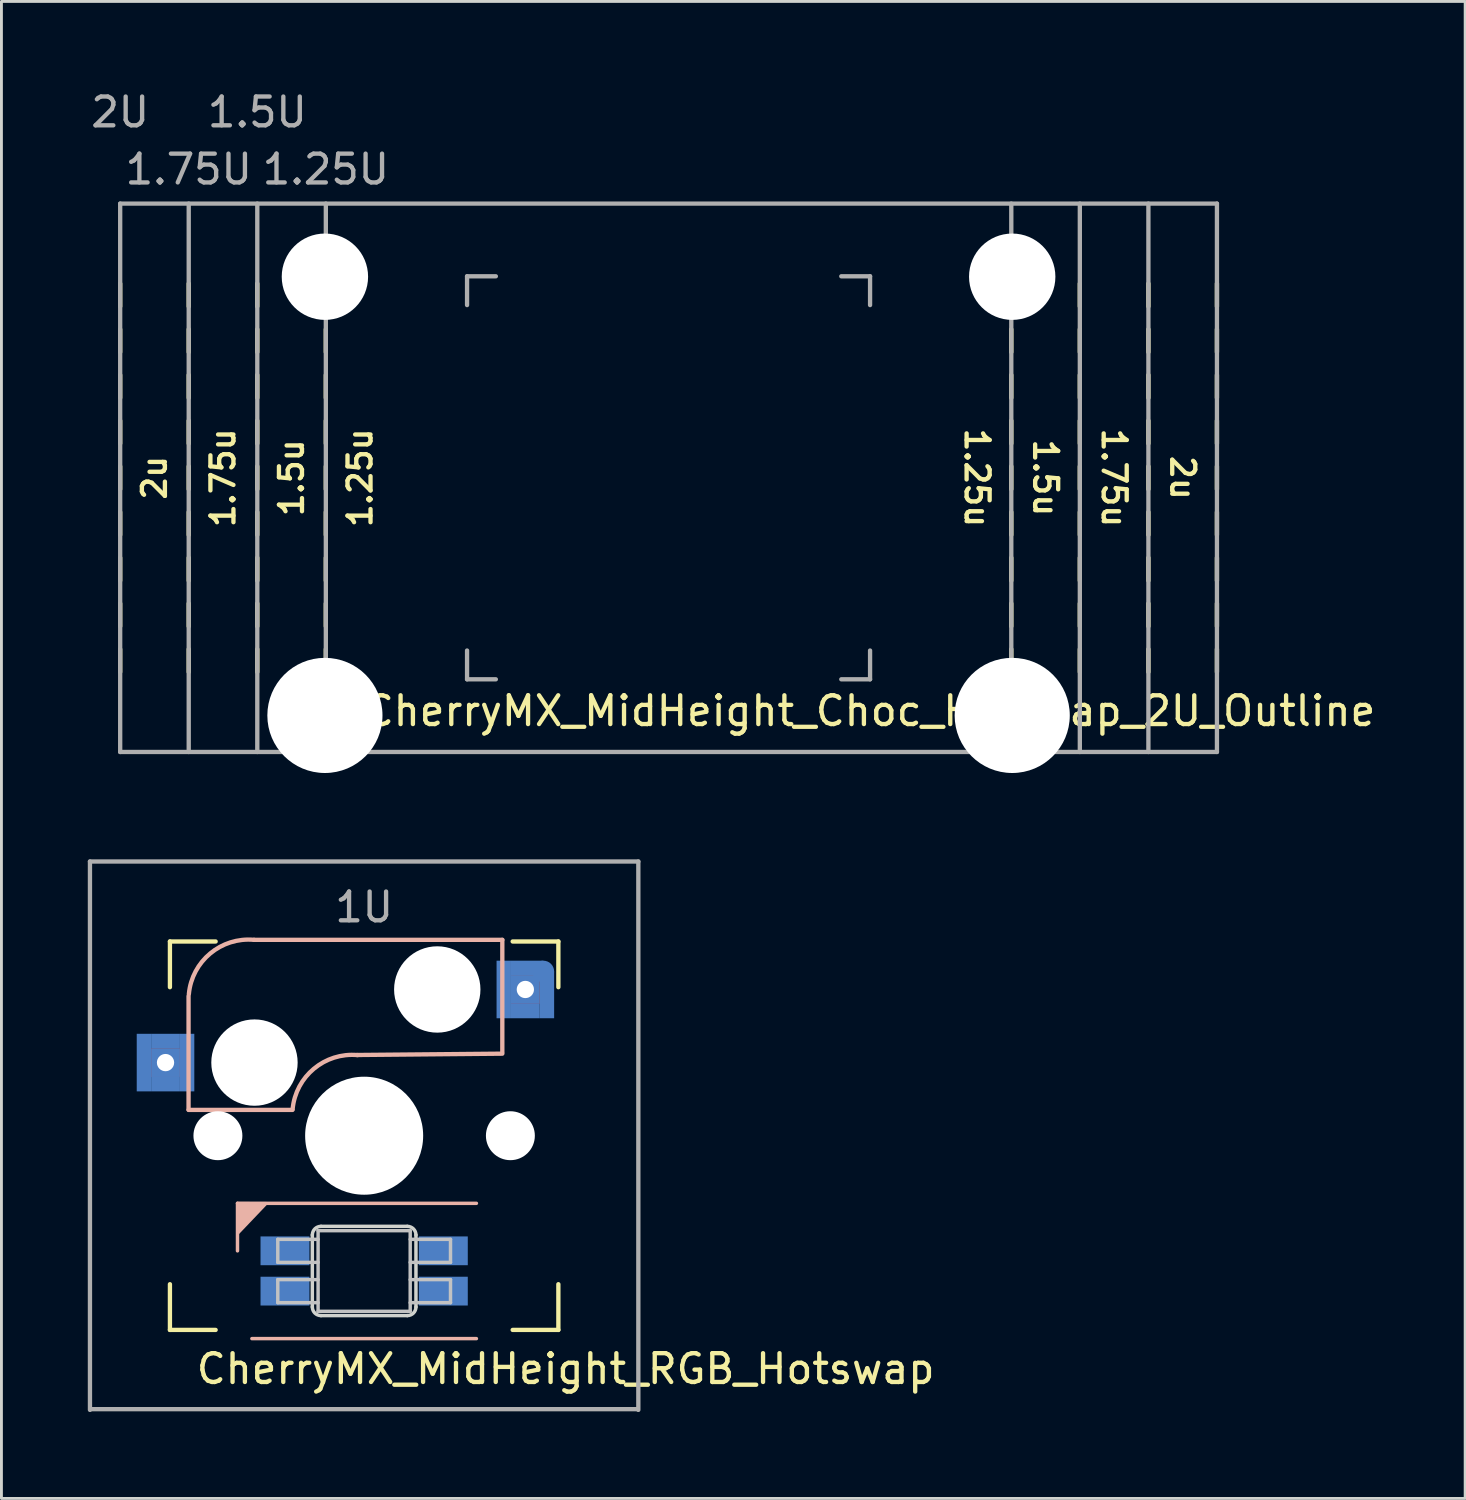
<source format=kicad_pcb>
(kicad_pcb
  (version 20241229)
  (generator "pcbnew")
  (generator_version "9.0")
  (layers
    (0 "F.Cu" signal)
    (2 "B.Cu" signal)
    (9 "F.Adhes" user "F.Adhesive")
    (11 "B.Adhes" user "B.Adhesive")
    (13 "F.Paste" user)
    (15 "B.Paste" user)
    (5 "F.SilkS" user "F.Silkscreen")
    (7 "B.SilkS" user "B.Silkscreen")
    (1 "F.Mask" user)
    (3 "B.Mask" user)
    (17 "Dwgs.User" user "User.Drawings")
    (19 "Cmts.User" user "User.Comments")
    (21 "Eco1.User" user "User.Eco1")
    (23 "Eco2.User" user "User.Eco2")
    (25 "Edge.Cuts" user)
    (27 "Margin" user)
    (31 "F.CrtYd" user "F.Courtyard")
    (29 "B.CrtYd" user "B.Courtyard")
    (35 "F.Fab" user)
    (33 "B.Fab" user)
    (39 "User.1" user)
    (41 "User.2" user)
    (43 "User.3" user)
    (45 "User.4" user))
  (footprint "CherryMX_MidHeight_RGB_Hotswap"
    (layer "F.Cu")
    (at 9.6 36.403)
    (property "Reference" "CherryMX_MidHeight_RGB_Hotswap" (at 7 8.1 0) (layer "F.SilkS") (effects (font (size 1 1) (thickness 0.15))))
    (attr through_hole)
    (fp_line (start -6.747 -6.747) (end -5.159 -6.747) (stroke (width 0.15) (type solid)) (layer "F.SilkS"))
    (fp_line (start -6.747 -5.159) (end -6.747 -6.747) (stroke (width 0.15) (type solid)) (layer "F.SilkS"))
    (fp_line (start -6.747 6.747) (end -6.747 5.159) (stroke (width 0.15) (type solid)) (layer "F.SilkS"))
    (fp_line (start -5.159 6.747) (end -6.747 6.747) (stroke (width 0.15) (type solid)) (layer "F.SilkS"))
    (fp_line (start 5.159 -6.747) (end 6.747 -6.747) (stroke (width 0.15) (type solid)) (layer "F.SilkS"))
    (fp_line (start 6.747 -6.747) (end 6.747 -5.159) (stroke (width 0.15) (type solid)) (layer "F.SilkS"))
    (fp_line (start 6.747 5.159) (end 6.747 6.747) (stroke (width 0.15) (type solid)) (layer "F.SilkS"))
    (fp_line (start 6.747 6.747) (end 5.159 6.747) (stroke (width 0.15) (type solid)) (layer "F.SilkS"))
    (fp_line (start -6.1 -4.85) (end -6.1 -0.905) (stroke (width 0.15) (type solid)) (layer "B.SilkS"))
    (fp_line (start -6.1 -0.896) (end -2.49 -0.896) (stroke (width 0.15) (type solid)) (layer "B.SilkS"))
    (fp_line (start -4.4 2.349) (end -4.4 4) (stroke (width 0.12) (type solid)) (layer "B.SilkS"))
    (fp_line (start 3.9 2.349) (end -4.4 2.349) (stroke (width 0.12) (type solid)) (layer "B.SilkS"))
    (fp_line (start 3.9 7.049) (end -3.9 7.049) (stroke (width 0.12) (type solid)) (layer "B.SilkS"))
    (fp_line (start 4.8 -6.804) (end -3.825 -6.804) (stroke (width 0.15) (type solid)) (layer "B.SilkS"))
    (fp_line (start 4.8 -2.896) (end 4.8 -6.804) (stroke (width 0.15) (type solid)) (layer "B.SilkS"))
    (fp_line (start 4.8 -2.85) (end -0.25 -2.804) (stroke (width 0.15) (type solid)) (layer "B.SilkS"))
    (fp_arc (start -6.089 -4.92) (mid -5.347189 -6.33089) (end -3.825 -6.804) (stroke (width 0.15) (type solid)) (layer "B.SilkS"))
    (fp_arc (start -2.485 -0.92) (mid -1.744361 -2.328061) (end -0.225 -2.8) (stroke (width 0.15) (type solid)) (layer "B.SilkS"))
    (fp_poly (pts (xy -3.4 2.35) (xy -4.4 3.4) (xy -4.4 2.349)) (stroke (width 0.1) (type solid)) (fill yes) (layer "B.SilkS"))
    (fp_line (start -3 3.6) (end -3 4.4) (stroke (width 0.12) (type solid)) (layer "Dwgs.User"))
    (fp_line (start -3 4.4) (end -1.6 4.4) (stroke (width 0.12) (type solid)) (layer "Dwgs.User"))
    (fp_line (start -3 5) (end -3 5.8) (stroke (width 0.12) (type solid)) (layer "Dwgs.User"))
    (fp_line (start -3 5.8) (end -1.6 5.8) (stroke (width 0.12) (type solid)) (layer "Dwgs.User"))
    (fp_line (start -1.6 3.3) (end 1.6 3.3) (stroke (width 0.12) (type solid)) (layer "Dwgs.User"))
    (fp_line (start -1.6 3.6) (end -3 3.6) (stroke (width 0.12) (type solid)) (layer "Dwgs.User"))
    (fp_line (start -1.6 5) (end -3 5) (stroke (width 0.12) (type solid)) (layer "Dwgs.User"))
    (fp_line (start -1.6 6.1) (end -1.6 3.3) (stroke (width 0.12) (type solid)) (layer "Dwgs.User"))
    (fp_line (start 1.6 3.3) (end 1.6 6.1) (stroke (width 0.12) (type solid)) (layer "Dwgs.User"))
    (fp_line (start 1.6 3.6) (end 3 3.6) (stroke (width 0.12) (type solid)) (layer "Dwgs.User"))
    (fp_line (start 1.6 5) (end 3 5) (stroke (width 0.12) (type solid)) (layer "Dwgs.User"))
    (fp_line (start 1.6 6.1) (end -1.6 6.1) (stroke (width 0.12) (type solid)) (layer "Dwgs.User"))
    (fp_line (start 3 3.6) (end 3 4.4) (stroke (width 0.12) (type solid)) (layer "Dwgs.User"))
    (fp_line (start 3 4.4) (end 1.6 4.4) (stroke (width 0.12) (type solid)) (layer "Dwgs.User"))
    (fp_line (start 3 5) (end 3 5.8) (stroke (width 0.12) (type solid)) (layer "Dwgs.User"))
    (fp_line (start 3 5.8) (end 1.6 5.8) (stroke (width 0.12) (type solid)) (layer "Dwgs.User"))
    (fp_line (start -1.8 5.949) (end -1.8 3.449) (stroke (width 0.12) (type solid)) (layer "Edge.Cuts"))
    (fp_line (start -1.5 3.149) (end 1.5 3.149) (stroke (width 0.12) (type solid)) (layer "Edge.Cuts"))
    (fp_line (start 1.5 6.249) (end -1.5 6.249) (stroke (width 0.12) (type solid)) (layer "Edge.Cuts"))
    (fp_line (start 1.8 3.449) (end 1.8 5.949) (stroke (width 0.12) (type solid)) (layer "Edge.Cuts"))
    (fp_arc (start -1.8 3.449) (mid -1.712132 3.236868) (end -1.5 3.149) (stroke (width 0.12) (type solid)) (layer "Edge.Cuts"))
    (fp_arc (start -1.5 6.249) (mid -1.712132 6.161132) (end -1.8 5.949) (stroke (width 0.12) (type solid)) (layer "Edge.Cuts"))
    (fp_arc (start 1.5 3.149) (mid 1.712132 3.236868) (end 1.8 3.449) (stroke (width 0.12) (type solid)) (layer "Edge.Cuts"))
    (fp_arc (start 1.8 5.949) (mid 1.712132 6.161132) (end 1.5 6.249) (stroke (width 0.12) (type solid)) (layer "Edge.Cuts"))
    (fp_line (start -9.525 -9.525) (end 9.525 -9.525) (stroke (width 0.15) (type solid)) (layer "F.Fab"))
    (fp_line (start -9.525 9.525) (end -9.525 -9.525) (stroke (width 0.15) (type solid)) (layer "F.Fab"))
    (fp_line (start 9.5 9.5) (end -9.5 9.5) (stroke (width 0.15) (type solid)) (layer "F.Fab"))
    (fp_line (start 9.525 -9.525) (end 9.525 9.525) (stroke (width 0.15) (type solid)) (layer "F.Fab"))
    (fp_text user "1U" (at 0 -7.938 0) (layer "F.Fab") (effects (font (size 1 1) (thickness 0.15))))
    (pad "" np_thru_hole circle (at -5.08 0) (size 1.7 1.7) (drill 1.7) (layers "*.Cu" "*.Mask"))
    (pad "" np_thru_hole circle (at -3.81 -2.54 180) (size 3 3) (drill 3) (layers "*.Cu" "*.Mask"))
    (pad "" np_thru_hole circle (at 0 0 90) (size 4.1 4.1) (drill 4.1) (layers "*.Cu" "*.Mask"))
    (pad "" np_thru_hole circle (at 2.54 -5.08 180) (size 3 3) (drill 3) (layers "*.Cu" "*.Mask"))
    (pad "" np_thru_hole circle (at 5.08 0) (size 1.7 1.7) (drill 1.7) (layers "*.Cu" "*.Mask"))
    (pad "1" smd rect (at 2.75 5.399) (size 1.7 1) (layers "B.Cu" "B.Mask" "B.Paste"))
    (pad "2" smd rect (at 2.75 3.999) (size 1.7 1) (layers "B.Cu" "B.Mask" "B.Paste"))
    (pad "3" smd rect (at -2.75 3.999) (size 1.7 1) (layers "B.Cu" "B.Mask" "B.Paste"))
    (pad "4" smd rect (at -2.75 5.399) (size 1.7 1) (layers "B.Cu" "B.Mask" "B.Paste"))
    (pad "5" smd rect (at -7.65 -2.54 180) (size 0.5 2) (layers "B.Cu" "B.Mask" "B.Paste"))
    (pad "5" smd rect (at -6.9 -3.29 180) (size 1 0.5) (layers "B.Cu" "B.Mask" "B.Paste"))
    (pad "5" thru_hole rect (at -6.9 -2.54) (size 1 1) (drill 0.6) (layers "*.Cu" "B.Mask"))
    (pad "5" smd rect (at -6.9 -1.79 180) (size 1 0.5) (layers "B.Cu" "B.Mask" "B.Paste"))
    (pad "5" smd rect (at -6.15 -2.54 180) (size 0.5 2) (layers "B.Cu" "B.Mask" "B.Paste"))
    (pad "6" smd rect (at 4.85 -5.08 180) (size 0.5 2) (layers "B.Cu" "B.Mask" "B.Paste"))
    (pad "6" thru_hole rect (at 5.6 -5.08) (size 1 1) (drill 0.6) (layers "*.Cu" "B.Mask"))
    (pad "6" smd rect (at 5.6 -4.33 180) (size 1 0.5) (layers "B.Cu" "B.Mask" "B.Paste"))
    (pad "6" smd rect (at 5.661 -5.83 180) (size 1.125 0.5) (layers "B.Cu" "B.Mask" "B.Paste"))
    (pad "6" smd circle (at 6.225 -5.705 180) (size 0.75 0.75) (layers "B.Cu" "B.Mask" "B.Paste"))
    (pad "6" smd rect (at 6.35 -4.893 180) (size 0.5 1.625) (layers "B.Cu" "B.Mask" "B.Paste")))
  (footprint "CherryMX_MidHeight_Choc_Hotswap_2U_Outline"
    (layer "F.Cu")
    (at 20.175 13.548)
    (property "Reference" "CherryMX_MidHeight_Choc_Hotswap_2U_Outline" (at 7 8.1 0) (layer "F.SilkS") (effects (font (size 1 1) (thickness 0.15))))
    (attr through_hole)
    (fp_line (start -19.05 -5.953) (end -19.05 -6.747) (stroke (width 0.15) (type solid)) (layer "F.SilkS"))
    (fp_line (start -19.05 -4.366) (end -19.05 -5.159) (stroke (width 0.15) (type solid)) (layer "F.SilkS"))
    (fp_line (start -19.05 -2.778) (end -19.05 -3.572) (stroke (width 0.15) (type solid)) (layer "F.SilkS"))
    (fp_line (start -19.05 -1.191) (end -19.05 -1.984) (stroke (width 0.15) (type solid)) (layer "F.SilkS"))
    (fp_line (start -19.05 -0.397) (end -19.05 0.397) (stroke (width 0.15) (type solid)) (layer "F.SilkS"))
    (fp_line (start -19.05 1.191) (end -19.05 1.984) (stroke (width 0.15) (type solid)) (layer "F.SilkS"))
    (fp_line (start -19.05 2.778) (end -19.05 3.572) (stroke (width 0.15) (type solid)) (layer "F.SilkS"))
    (fp_line (start -19.05 4.366) (end -19.05 5.159) (stroke (width 0.15) (type solid)) (layer "F.SilkS"))
    (fp_line (start -19.05 5.953) (end -19.05 6.747) (stroke (width 0.15) (type solid)) (layer "F.SilkS"))
    (fp_line (start -16.669 -5.953) (end -16.669 -6.747) (stroke (width 0.15) (type solid)) (layer "F.SilkS"))
    (fp_line (start -16.669 -4.366) (end -16.669 -5.159) (stroke (width 0.15) (type solid)) (layer "F.SilkS"))
    (fp_line (start -16.669 -2.778) (end -16.669 -3.572) (stroke (width 0.15) (type solid)) (layer "F.SilkS"))
    (fp_line (start -16.669 -1.191) (end -16.669 -1.984) (stroke (width 0.15) (type solid)) (layer "F.SilkS"))
    (fp_line (start -16.669 -0.397) (end -16.669 0.397) (stroke (width 0.15) (type solid)) (layer "F.SilkS"))
    (fp_line (start -16.669 1.191) (end -16.669 1.984) (stroke (width 0.15) (type solid)) (layer "F.SilkS"))
    (fp_line (start -16.669 2.778) (end -16.669 3.572) (stroke (width 0.15) (type solid)) (layer "F.SilkS"))
    (fp_line (start -16.669 4.366) (end -16.669 5.159) (stroke (width 0.15) (type solid)) (layer "F.SilkS"))
    (fp_line (start -16.669 5.953) (end -16.669 6.747) (stroke (width 0.15) (type solid)) (layer "F.SilkS"))
    (fp_line (start -14.287 -5.953) (end -14.287 -6.747) (stroke (width 0.15) (type solid)) (layer "F.SilkS"))
    (fp_line (start -14.287 -4.366) (end -14.287 -5.159) (stroke (width 0.15) (type solid)) (layer "F.SilkS"))
    (fp_line (start -14.287 -2.778) (end -14.287 -3.572) (stroke (width 0.15) (type solid)) (layer "F.SilkS"))
    (fp_line (start -14.287 -1.191) (end -14.287 -1.984) (stroke (width 0.15) (type solid)) (layer "F.SilkS"))
    (fp_line (start -14.287 -0.397) (end -14.287 0.397) (stroke (width 0.15) (type solid)) (layer "F.SilkS"))
    (fp_line (start -14.287 1.191) (end -14.287 1.984) (stroke (width 0.15) (type solid)) (layer "F.SilkS"))
    (fp_line (start -14.287 2.778) (end -14.287 3.572) (stroke (width 0.15) (type solid)) (layer "F.SilkS"))
    (fp_line (start -14.287 4.366) (end -14.287 5.159) (stroke (width 0.15) (type solid)) (layer "F.SilkS"))
    (fp_line (start -14.287 5.953) (end -14.287 6.747) (stroke (width 0.15) (type solid)) (layer "F.SilkS"))
    (fp_line (start -11.906 -5.953) (end -11.906 -6.747) (stroke (width 0.15) (type solid)) (layer "F.SilkS"))
    (fp_line (start -11.906 -4.366) (end -11.906 -5.159) (stroke (width 0.15) (type solid)) (layer "F.SilkS"))
    (fp_line (start -11.906 -2.778) (end -11.906 -3.572) (stroke (width 0.15) (type solid)) (layer "F.SilkS"))
    (fp_line (start -11.906 -1.191) (end -11.906 -1.984) (stroke (width 0.15) (type solid)) (layer "F.SilkS"))
    (fp_line (start -11.906 -0.397) (end -11.906 0.397) (stroke (width 0.15) (type solid)) (layer "F.SilkS"))
    (fp_line (start -11.906 1.191) (end -11.906 1.984) (stroke (width 0.15) (type solid)) (layer "F.SilkS"))
    (fp_line (start -11.906 2.778) (end -11.906 3.572) (stroke (width 0.15) (type solid)) (layer "F.SilkS"))
    (fp_line (start -11.906 4.366) (end -11.906 5.159) (stroke (width 0.15) (type solid)) (layer "F.SilkS"))
    (fp_line (start -11.906 5.953) (end -11.906 6.747) (stroke (width 0.15) (type solid)) (layer "F.SilkS"))
    (fp_line (start 11.906 -5.953) (end 11.906 -6.747) (stroke (width 0.15) (type solid)) (layer "F.SilkS"))
    (fp_line (start 11.906 -4.366) (end 11.906 -5.159) (stroke (width 0.15) (type solid)) (layer "F.SilkS"))
    (fp_line (start 11.906 -2.778) (end 11.906 -3.572) (stroke (width 0.15) (type solid)) (layer "F.SilkS"))
    (fp_line (start 11.906 -1.191) (end 11.906 -1.984) (stroke (width 0.15) (type solid)) (layer "F.SilkS"))
    (fp_line (start 11.906 -0.397) (end 11.906 0.397) (stroke (width 0.15) (type solid)) (layer "F.SilkS"))
    (fp_line (start 11.906 1.191) (end 11.906 1.984) (stroke (width 0.15) (type solid)) (layer "F.SilkS"))
    (fp_line (start 11.906 2.778) (end 11.906 3.572) (stroke (width 0.15) (type solid)) (layer "F.SilkS"))
    (fp_line (start 11.906 4.366) (end 11.906 5.159) (stroke (width 0.15) (type solid)) (layer "F.SilkS"))
    (fp_line (start 11.906 5.953) (end 11.906 6.747) (stroke (width 0.15) (type solid)) (layer "F.SilkS"))
    (fp_line (start 14.287 -5.953) (end 14.287 -6.747) (stroke (width 0.15) (type solid)) (layer "F.SilkS"))
    (fp_line (start 14.287 -4.366) (end 14.287 -5.159) (stroke (width 0.15) (type solid)) (layer "F.SilkS"))
    (fp_line (start 14.287 -2.778) (end 14.287 -3.572) (stroke (width 0.15) (type solid)) (layer "F.SilkS"))
    (fp_line (start 14.287 -1.191) (end 14.287 -1.984) (stroke (width 0.15) (type solid)) (layer "F.SilkS"))
    (fp_line (start 14.287 -0.397) (end 14.287 0.397) (stroke (width 0.15) (type solid)) (layer "F.SilkS"))
    (fp_line (start 14.287 1.191) (end 14.287 1.984) (stroke (width 0.15) (type solid)) (layer "F.SilkS"))
    (fp_line (start 14.287 2.778) (end 14.287 3.572) (stroke (width 0.15) (type solid)) (layer "F.SilkS"))
    (fp_line (start 14.287 4.366) (end 14.287 5.159) (stroke (width 0.15) (type solid)) (layer "F.SilkS"))
    (fp_line (start 14.287 5.953) (end 14.287 6.747) (stroke (width 0.15) (type solid)) (layer "F.SilkS"))
    (fp_line (start 16.669 -5.953) (end 16.669 -6.747) (stroke (width 0.15) (type solid)) (layer "F.SilkS"))
    (fp_line (start 16.669 -4.366) (end 16.669 -5.159) (stroke (width 0.15) (type solid)) (layer "F.SilkS"))
    (fp_line (start 16.669 -2.778) (end 16.669 -3.572) (stroke (width 0.15) (type solid)) (layer "F.SilkS"))
    (fp_line (start 16.669 -1.191) (end 16.669 -1.984) (stroke (width 0.15) (type solid)) (layer "F.SilkS"))
    (fp_line (start 16.669 -0.397) (end 16.669 0.397) (stroke (width 0.15) (type solid)) (layer "F.SilkS"))
    (fp_line (start 16.669 1.191) (end 16.669 1.984) (stroke (width 0.15) (type solid)) (layer "F.SilkS"))
    (fp_line (start 16.669 2.778) (end 16.669 3.572) (stroke (width 0.15) (type solid)) (layer "F.SilkS"))
    (fp_line (start 16.669 4.366) (end 16.669 5.159) (stroke (width 0.15) (type solid)) (layer "F.SilkS"))
    (fp_line (start 16.669 5.953) (end 16.669 6.747) (stroke (width 0.15) (type solid)) (layer "F.SilkS"))
    (fp_line (start 19.05 -5.953) (end 19.05 -6.747) (stroke (width 0.15) (type solid)) (layer "F.SilkS"))
    (fp_line (start 19.05 -4.366) (end 19.05 -5.159) (stroke (width 0.15) (type solid)) (layer "F.SilkS"))
    (fp_line (start 19.05 -2.778) (end 19.05 -3.572) (stroke (width 0.15) (type solid)) (layer "F.SilkS"))
    (fp_line (start 19.05 -1.191) (end 19.05 -1.984) (stroke (width 0.15) (type solid)) (layer "F.SilkS"))
    (fp_line (start 19.05 -0.397) (end 19.05 0.397) (stroke (width 0.15) (type solid)) (layer "F.SilkS"))
    (fp_line (start 19.05 1.191) (end 19.05 1.984) (stroke (width 0.15) (type solid)) (layer "F.SilkS"))
    (fp_line (start 19.05 2.778) (end 19.05 3.572) (stroke (width 0.15) (type solid)) (layer "F.SilkS"))
    (fp_line (start 19.05 4.366) (end 19.05 5.159) (stroke (width 0.15) (type solid)) (layer "F.SilkS"))
    (fp_line (start 19.05 5.953) (end 19.05 6.747) (stroke (width 0.15) (type solid)) (layer "F.SilkS"))
    (fp_line (start -19.05 -9.525) (end -19.05 9.525) (stroke (width 0.15) (type solid)) (layer "F.Fab"))
    (fp_line (start -19.05 -9.525) (end 19.05 -9.525) (stroke (width 0.15) (type solid)) (layer "F.Fab"))
    (fp_line (start -19.05 9.525) (end 19.05 9.525) (stroke (width 0.15) (type solid)) (layer "F.Fab"))
    (fp_line (start -16.669 -9.525) (end -16.669 9.525) (stroke (width 0.15) (type solid)) (layer "F.Fab"))
    (fp_line (start -14.287 -9.525) (end -14.287 9.525) (stroke (width 0.15) (type solid)) (layer "F.Fab"))
    (fp_line (start -11.906 -9.525) (end -11.906 9.525) (stroke (width 0.15) (type solid)) (layer "F.Fab"))
    (fp_line (start -7 -7) (end -7 -6) (stroke (width 0.15) (type solid)) (layer "F.Fab"))
    (fp_line (start -7 6) (end -7 7) (stroke (width 0.15) (type solid)) (layer "F.Fab"))
    (fp_line (start -7 7) (end -6 7) (stroke (width 0.15) (type solid)) (layer "F.Fab"))
    (fp_line (start -6 -7) (end -7 -7) (stroke (width 0.15) (type solid)) (layer "F.Fab"))
    (fp_line (start 6 -7) (end 7 -7) (stroke (width 0.15) (type solid)) (layer "F.Fab"))
    (fp_line (start 6 7) (end 7 7) (stroke (width 0.15) (type solid)) (layer "F.Fab"))
    (fp_line (start 7 -7) (end 7 -6) (stroke (width 0.15) (type solid)) (layer "F.Fab"))
    (fp_line (start 7 7) (end 7 6) (stroke (width 0.15) (type solid)) (layer "F.Fab"))
    (fp_line (start 11.906 -9.525) (end 11.906 9.525) (stroke (width 0.15) (type solid)) (layer "F.Fab"))
    (fp_line (start 14.287 -9.525) (end 14.287 9.525) (stroke (width 0.15) (type solid)) (layer "F.Fab"))
    (fp_line (start 16.669 -9.525) (end 16.669 9.525) (stroke (width 0.15) (type solid)) (layer "F.Fab"))
    (fp_line (start 19.05 -9.525) (end 19.05 9.525) (stroke (width 0.15) (type solid)) (layer "F.Fab"))
    (fp_text user "1.5u" (at 13.097 0 270) (unlocked yes) (layer "F.SilkS") (effects (font (size 0.8 0.8) (thickness 0.15))))
    (fp_text user "2u" (at -17.859 0 90) (unlocked yes) (layer "F.SilkS") (effects (font (size 0.8 0.8) (thickness 0.15))))
    (fp_text user "1.5u" (at -13.097 0 90) (unlocked yes) (layer "F.SilkS") (effects (font (size 0.8 0.8) (thickness 0.15))))
    (fp_text user "1.25u" (at -10.716 0 90) (unlocked yes) (layer "F.SilkS") (effects (font (size 0.8 0.8) (thickness 0.15))))
    (fp_text user "1.25u" (at 10.716 0 270) (unlocked yes) (layer "F.SilkS") (effects (font (size 0.8 0.8) (thickness 0.15))))
    (fp_text user "2u" (at 17.859 0 270) (unlocked yes) (layer "F.SilkS") (effects (font (size 0.8 0.8) (thickness 0.15))))
    (fp_text user "1.75u" (at -15.478 0 90) (unlocked yes) (layer "F.SilkS") (effects (font (size 0.8 0.8) (thickness 0.15))))
    (fp_text user "1.75u" (at 15.478 0 270) (unlocked yes) (layer "F.SilkS") (effects (font (size 0.8 0.8) (thickness 0.15))))
    (fp_text user "2U" (at -19.05 -12.7 0) (layer "F.Fab") (effects (font (size 1 1) (thickness 0.15))))
    (fp_text user "1.5U" (at -14.287 -12.7 0) (layer "F.Fab") (effects (font (size 1 1) (thickness 0.15))))
    (fp_text user "1.25U" (at -11.906 -10.716 0) (layer "F.Fab") (effects (font (size 1 1) (thickness 0.15))))
    (fp_text user "1.75U" (at -16.669 -10.716 0) (layer "F.Fab") (effects (font (size 1 1) (thickness 0.15))))
    (pad "" np_thru_hole circle (at -11.938 -6.985) (size 3 3) (drill 3) (layers "*.Cu" "*.Mask"))
    (pad "" np_thru_hole circle (at -11.938 8.255) (size 4 4) (drill 4) (layers "*.Cu" "*.Mask"))
    (pad "" np_thru_hole circle (at 11.938 -6.985) (size 3 3) (drill 3) (layers "*.Cu" "*.Mask"))
    (pad "" np_thru_hole circle (at 11.938 8.255) (size 4 4) (drill 4) (layers "*.Cu" "*.Mask")))
  (gr_rect
    (start -3 -3)
    (end 47.848 49.003)
    (stroke (width 0.1) (type default))
    (fill no)
    (layer "Edge.Cuts")))
</source>
